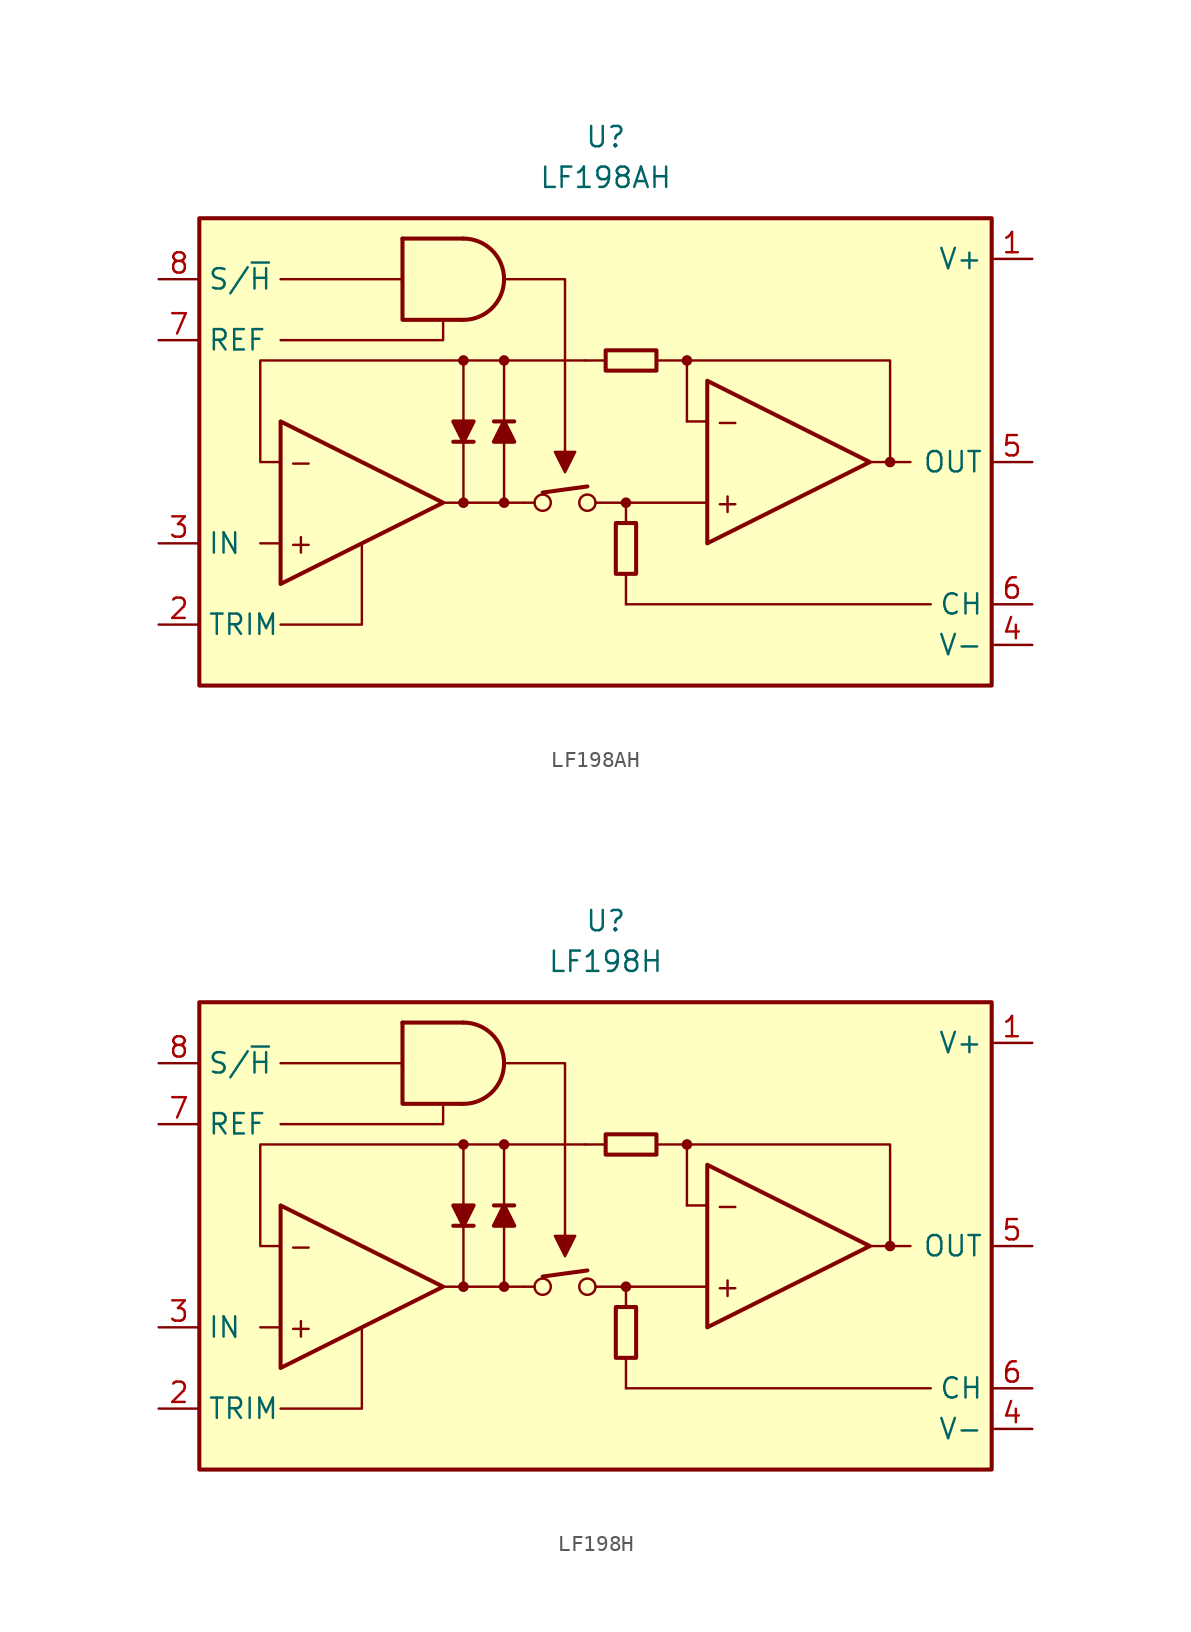
<source format=kicad_sym>
(kicad_symbol_lib
  (version 20211014)
  (generator kicad_symbol_editor)
  (symbol "LF198AH"
    (property "Reference" "U"
      (at 0 19.05 0)
      (effects (font (size 1.27 1.27))))
    (property "Value" "LF198AH"
      (at 0 16.51 0)
      (effects (font (size 1.27 1.27))))
    (symbol "LF198AH_0_0"
      (circle (center -8.89 -3.81) (radius 0.254) (stroke (width 0.152) (type default) (color 0 0 0 0)) (fill (type outline)))
      (circle (center -8.89 5.08) (radius 0.254) (stroke (width 0.152) (type default) (color 0 0 0 0)) (fill (type outline)))
      (circle (center -6.35 -3.81) (radius 0.254) (stroke (width 0.152) (type default) (color 0 0 0 0)) (fill (type outline)))
      (circle (center -6.35 5.08) (radius 0.254) (stroke (width 0.152) (type default) (color 0 0 0 0)) (fill (type outline)))
      (circle (center -3.937 -3.81) (radius 0.508) (stroke (width 0) (type default) (color 0 0 0 0)) (fill (type none)))
      (circle (center -1.143 -3.81) (radius 0.508) (stroke (width 0) (type default) (color 0 0 0 0)) (fill (type none)))
      (polyline (pts (xy -20.32 -6.35) (xy -21.59 -6.35)) (stroke (width 0.152) (type default) (color 0 0 0 0)) (fill (type none)))
      (polyline (pts (xy -12.7 10.16) (xy -20.32 10.16)) (stroke (width 0.152) (type default) (color 0 0 0 0)) (fill (type none)))
      (polyline (pts (xy -5.08 -3.81) (xy -4.445 -3.81)) (stroke (width 0.152) (type default) (color 0 0 0 0)) (fill (type none)))
      (polyline (pts (xy -3.937 -3.175) (xy -1.143 -2.794)) (stroke (width 0.254) (type default) (color 0 0 0 0)) (fill (type none)))
      (polyline (pts (xy 0 5.08) (xy -1.27 5.08)) (stroke (width 0.152) (type default) (color 0 0 0 0)) (fill (type none)))
      (polyline (pts (xy 1.27 -8.255) (xy 1.27 -10.16)) (stroke (width 0.152) (type default) (color 0 0 0 0)) (fill (type none)))
      (polyline (pts (xy 16.51 -1.27) (xy 17.78 -1.27)) (stroke (width 0.152) (type default) (color 0 0 0 0)) (fill (type none)))
      (polyline (pts (xy 17.78 -1.27) (xy 19.05 -1.27)) (stroke (width 0.152) (type default) (color 0 0 0 0)) (fill (type none)))
      (polyline (pts (xy -20.32 -11.43) (xy -15.24 -11.43) (xy -15.24 -6.35)) (stroke (width 0.152) (type default) (color 0 0 0 0)) (fill (type none)))
      (polyline (pts (xy -10.16 7.62) (xy -10.16 6.35) (xy -20.32 6.35)) (stroke (width 0.152) (type default) (color 0 0 0 0)) (fill (type none)))
      (polyline (pts (xy -6.35 10.16) (xy -2.54 10.16) (xy -2.54 -1.27)) (stroke (width 0.152) (type default) (color 0 0 0 0)) (fill (type none)))
      (polyline (pts (xy -2.54 -1.905) (xy -3.175 -0.635) (xy -1.905 -0.635) (xy -2.54 -1.905)) (stroke (width 0.152) (type default) (color 0 0 0 0)) (fill (type outline)))
      (circle (center 1.27 -3.81) (radius 0.254) (stroke (width 0.152) (type default) (color 0 0 0 0)) (fill (type outline)))
      (circle (center 5.08 5.08) (radius 0.254) (stroke (width 0.152) (type default) (color 0 0 0 0)) (fill (type outline)))
      (circle (center 17.78 -1.27) (radius 0.254) (stroke (width 0.152) (type default) (color 0 0 0 0)) (fill (type outline)))
      (text "+" (at -19.05 -6.35 0) (effects (font (size 1.27 1.27))))
      (text "+" (at 7.62 -3.81 0) (effects (font (size 1.27 1.27))))
      (text "-" (at -19.05 -1.27 0) (effects (font (size 1.27 1.27))))
      (text "-" (at 7.62 1.27 0) (effects (font (size 1.27 1.27)))))
    (symbol "LF198AH_0_1"
      (rectangle (start -25.4 13.97) (end 24.13 -15.24) (stroke (width 0.254) (type default) (color 0 0 0 0)) (fill (type background)))
      (arc (start -8.89 7.62) (mid -6.35 10.16) (end -8.89 12.7) (stroke (width 0.254) (type default) (color 0 0 0 0)) (fill (type none)))
      (polyline (pts (xy -12.7 12.7) (xy -8.89 12.7)) (stroke (width 0.254) (type default) (color 0 0 0 0)) (fill (type none)))
      (polyline (pts (xy -9.525 0) (xy -8.255 0)) (stroke (width 0.254) (type default) (color 0 0 0 0)) (fill (type none)))
      (polyline (pts (xy -8.89 0) (xy -8.89 -3.81)) (stroke (width 0.152) (type default) (color 0 0 0 0)) (fill (type none)))
      (polyline (pts (xy -8.89 1.27) (xy -8.89 5.08)) (stroke (width 0.152) (type default) (color 0 0 0 0)) (fill (type none)))
      (polyline (pts (xy -6.35 0) (xy -6.35 -3.81)) (stroke (width 0.152) (type default) (color 0 0 0 0)) (fill (type none)))
      (polyline (pts (xy -6.35 1.27) (xy -6.35 5.08)) (stroke (width 0.152) (type default) (color 0 0 0 0)) (fill (type none)))
      (polyline (pts (xy -5.715 1.27) (xy -6.985 1.27)) (stroke (width 0.254) (type default) (color 0 0 0 0)) (fill (type none)))
      (polyline (pts (xy -5.08 -3.81) (xy -10.16 -3.81)) (stroke (width 0.152) (type default) (color 0 0 0 0)) (fill (type none)))
      (polyline (pts (xy 1.27 -10.16) (xy 20.32 -10.16)) (stroke (width 0.152) (type default) (color 0 0 0 0)) (fill (type none)))
      (polyline (pts (xy 1.27 -5.08) (xy 1.27 -3.81)) (stroke (width 0.152) (type default) (color 0 0 0 0)) (fill (type none)))
      (polyline (pts (xy 5.08 1.27) (xy 5.08 5.08)) (stroke (width 0.152) (type default) (color 0 0 0 0)) (fill (type none)))
      (polyline (pts (xy 6.35 -3.81) (xy -0.635 -3.81)) (stroke (width 0.152) (type default) (color 0 0 0 0)) (fill (type none)))
      (polyline (pts (xy 6.35 1.27) (xy 5.08 1.27)) (stroke (width 0.152) (type default) (color 0 0 0 0)) (fill (type none)))
      (polyline (pts (xy -12.7 12.7) (xy -12.7 7.62) (xy -8.89 7.62)) (stroke (width 0.254) (type default) (color 0 0 0 0)) (fill (type none)))
      (polyline (pts (xy 3.175 5.08) (xy 17.78 5.08) (xy 17.78 -1.27)) (stroke (width 0.152) (type default) (color 0 0 0 0)) (fill (type none)))
      (polyline (pts (xy -20.32 1.27) (xy -20.32 -8.89) (xy -10.16 -3.81) (xy -20.32 1.27)) (stroke (width 0.254) (type default) (color 0 0 0 0)) (fill (type none)))
      (polyline (pts (xy -8.89 0) (xy -9.525 1.27) (xy -8.255 1.27) (xy -8.89 0)) (stroke (width 0.254) (type default) (color 0 0 0 0)) (fill (type outline)))
      (polyline (pts (xy -6.35 1.27) (xy -5.715 0) (xy -6.985 0) (xy -6.35 1.27)) (stroke (width 0.254) (type default) (color 0 0 0 0)) (fill (type outline)))
      (polyline (pts (xy -1.27 5.08) (xy -21.59 5.08) (xy -21.59 -1.27) (xy -20.32 -1.27)) (stroke (width 0.152) (type default) (color 0 0 0 0)) (fill (type none)))
      (polyline (pts (xy 6.35 3.81) (xy 6.35 -6.35) (xy 16.51 -1.27) (xy 6.35 3.81)) (stroke (width 0.254) (type default) (color 0 0 0 0)) (fill (type none)))
      (rectangle (start 0 4.445) (end 3.175 5.715) (stroke (width 0.254) (type default) (color 0 0 0 0)) (fill (type none)))
      (rectangle (start 0.635 -5.08) (end 1.905 -8.255) (stroke (width 0.254) (type default) (color 0 0 0 0)) (fill (type none))))
    (symbol "LF198AH_1_1"
      (pin power_in line (at 26.67 11.43 180) (length 2.54) (name "V+" (effects (font (size 1.27 1.27)))) (number "1" (effects (font (size 1.27 1.27)))))
      (pin passive line (at -27.94 -11.43 0) (length 2.54) (name "TRIM" (effects (font (size 1.27 1.27)))) (number "2" (effects (font (size 1.27 1.27)))))
      (pin input line (at -27.94 -6.35 0) (length 2.54) (name "IN" (effects (font (size 1.27 1.27)))) (number "3" (effects (font (size 1.27 1.27)))))
      (pin power_in line (at 26.67 -12.7 180) (length 2.54) (name "V-" (effects (font (size 1.27 1.27)))) (number "4" (effects (font (size 1.27 1.27)))))
      (pin output line (at 26.67 -1.27 180) (length 2.54) (name "OUT" (effects (font (size 1.27 1.27)))) (number "5" (effects (font (size 1.27 1.27)))))
      (pin passive line (at 26.67 -10.16 180) (length 2.54) (name "CH" (effects (font (size 1.27 1.27)))) (number "6" (effects (font (size 1.27 1.27)))))
      (pin input line (at -27.94 6.35 0) (length 2.54) (name "REF" (effects (font (size 1.27 1.27)))) (number "7" (effects (font (size 1.27 1.27)))))
      (pin input line (at -27.94 10.16 0) (length 2.54) (name "S/~{H}" (effects (font (size 1.27 1.27)))) (number "8" (effects (font (size 1.27 1.27)))))))
  (symbol "LF198H"
    (property "Reference" "U"
      (at 0 19.05 0)
      (effects (font (size 1.27 1.27))))
    (property "Value" "LF198H"
      (at 0 16.51 0)
      (effects (font (size 1.27 1.27))))
    (symbol "LF198H_0_0"
      (circle (center -8.89 -3.81) (radius 0.254) (stroke (width 0.152) (type default) (color 0 0 0 0)) (fill (type outline)))
      (circle (center -8.89 5.08) (radius 0.254) (stroke (width 0.152) (type default) (color 0 0 0 0)) (fill (type outline)))
      (circle (center -6.35 -3.81) (radius 0.254) (stroke (width 0.152) (type default) (color 0 0 0 0)) (fill (type outline)))
      (circle (center -6.35 5.08) (radius 0.254) (stroke (width 0.152) (type default) (color 0 0 0 0)) (fill (type outline)))
      (circle (center -3.937 -3.81) (radius 0.508) (stroke (width 0) (type default) (color 0 0 0 0)) (fill (type none)))
      (circle (center -1.143 -3.81) (radius 0.508) (stroke (width 0) (type default) (color 0 0 0 0)) (fill (type none)))
      (polyline (pts (xy -20.32 -6.35) (xy -21.59 -6.35)) (stroke (width 0.152) (type default) (color 0 0 0 0)) (fill (type none)))
      (polyline (pts (xy -12.7 10.16) (xy -20.32 10.16)) (stroke (width 0.152) (type default) (color 0 0 0 0)) (fill (type none)))
      (polyline (pts (xy -5.08 -3.81) (xy -4.445 -3.81)) (stroke (width 0.152) (type default) (color 0 0 0 0)) (fill (type none)))
      (polyline (pts (xy -3.937 -3.175) (xy -1.143 -2.794)) (stroke (width 0.254) (type default) (color 0 0 0 0)) (fill (type none)))
      (polyline (pts (xy 0 5.08) (xy -1.27 5.08)) (stroke (width 0.152) (type default) (color 0 0 0 0)) (fill (type none)))
      (polyline (pts (xy 1.27 -8.255) (xy 1.27 -10.16)) (stroke (width 0.152) (type default) (color 0 0 0 0)) (fill (type none)))
      (polyline (pts (xy 16.51 -1.27) (xy 17.78 -1.27)) (stroke (width 0.152) (type default) (color 0 0 0 0)) (fill (type none)))
      (polyline (pts (xy 17.78 -1.27) (xy 19.05 -1.27)) (stroke (width 0.152) (type default) (color 0 0 0 0)) (fill (type none)))
      (polyline (pts (xy -20.32 -11.43) (xy -15.24 -11.43) (xy -15.24 -6.35)) (stroke (width 0.152) (type default) (color 0 0 0 0)) (fill (type none)))
      (polyline (pts (xy -10.16 7.62) (xy -10.16 6.35) (xy -20.32 6.35)) (stroke (width 0.152) (type default) (color 0 0 0 0)) (fill (type none)))
      (polyline (pts (xy -6.35 10.16) (xy -2.54 10.16) (xy -2.54 -1.27)) (stroke (width 0.152) (type default) (color 0 0 0 0)) (fill (type none)))
      (polyline (pts (xy -2.54 -1.905) (xy -3.175 -0.635) (xy -1.905 -0.635) (xy -2.54 -1.905)) (stroke (width 0.152) (type default) (color 0 0 0 0)) (fill (type outline)))
      (circle (center 1.27 -3.81) (radius 0.254) (stroke (width 0.152) (type default) (color 0 0 0 0)) (fill (type outline)))
      (circle (center 5.08 5.08) (radius 0.254) (stroke (width 0.152) (type default) (color 0 0 0 0)) (fill (type outline)))
      (circle (center 17.78 -1.27) (radius 0.254) (stroke (width 0.152) (type default) (color 0 0 0 0)) (fill (type outline)))
      (text "+" (at -19.05 -6.35 0) (effects (font (size 1.27 1.27))))
      (text "+" (at 7.62 -3.81 0) (effects (font (size 1.27 1.27))))
      (text "-" (at -19.05 -1.27 0) (effects (font (size 1.27 1.27))))
      (text "-" (at 7.62 1.27 0) (effects (font (size 1.27 1.27)))))
    (symbol "LF198H_0_1"
      (rectangle (start -25.4 13.97) (end 24.13 -15.24) (stroke (width 0.254) (type default) (color 0 0 0 0)) (fill (type background)))
      (arc (start -8.89 7.62) (mid -6.35 10.16) (end -8.89 12.7) (stroke (width 0.254) (type default) (color 0 0 0 0)) (fill (type none)))
      (polyline (pts (xy -12.7 12.7) (xy -8.89 12.7)) (stroke (width 0.254) (type default) (color 0 0 0 0)) (fill (type none)))
      (polyline (pts (xy -9.525 0) (xy -8.255 0)) (stroke (width 0.254) (type default) (color 0 0 0 0)) (fill (type none)))
      (polyline (pts (xy -8.89 0) (xy -8.89 -3.81)) (stroke (width 0.152) (type default) (color 0 0 0 0)) (fill (type none)))
      (polyline (pts (xy -8.89 1.27) (xy -8.89 5.08)) (stroke (width 0.152) (type default) (color 0 0 0 0)) (fill (type none)))
      (polyline (pts (xy -6.35 0) (xy -6.35 -3.81)) (stroke (width 0.152) (type default) (color 0 0 0 0)) (fill (type none)))
      (polyline (pts (xy -6.35 1.27) (xy -6.35 5.08)) (stroke (width 0.152) (type default) (color 0 0 0 0)) (fill (type none)))
      (polyline (pts (xy -5.715 1.27) (xy -6.985 1.27)) (stroke (width 0.254) (type default) (color 0 0 0 0)) (fill (type none)))
      (polyline (pts (xy -5.08 -3.81) (xy -10.16 -3.81)) (stroke (width 0.152) (type default) (color 0 0 0 0)) (fill (type none)))
      (polyline (pts (xy 1.27 -10.16) (xy 20.32 -10.16)) (stroke (width 0.152) (type default) (color 0 0 0 0)) (fill (type none)))
      (polyline (pts (xy 1.27 -5.08) (xy 1.27 -3.81)) (stroke (width 0.152) (type default) (color 0 0 0 0)) (fill (type none)))
      (polyline (pts (xy 5.08 1.27) (xy 5.08 5.08)) (stroke (width 0.152) (type default) (color 0 0 0 0)) (fill (type none)))
      (polyline (pts (xy 6.35 -3.81) (xy -0.635 -3.81)) (stroke (width 0.152) (type default) (color 0 0 0 0)) (fill (type none)))
      (polyline (pts (xy 6.35 1.27) (xy 5.08 1.27)) (stroke (width 0.152) (type default) (color 0 0 0 0)) (fill (type none)))
      (polyline (pts (xy -12.7 12.7) (xy -12.7 7.62) (xy -8.89 7.62)) (stroke (width 0.254) (type default) (color 0 0 0 0)) (fill (type none)))
      (polyline (pts (xy 3.175 5.08) (xy 17.78 5.08) (xy 17.78 -1.27)) (stroke (width 0.152) (type default) (color 0 0 0 0)) (fill (type none)))
      (polyline (pts (xy -20.32 1.27) (xy -20.32 -8.89) (xy -10.16 -3.81) (xy -20.32 1.27)) (stroke (width 0.254) (type default) (color 0 0 0 0)) (fill (type none)))
      (polyline (pts (xy -8.89 0) (xy -9.525 1.27) (xy -8.255 1.27) (xy -8.89 0)) (stroke (width 0.254) (type default) (color 0 0 0 0)) (fill (type outline)))
      (polyline (pts (xy -6.35 1.27) (xy -5.715 0) (xy -6.985 0) (xy -6.35 1.27)) (stroke (width 0.254) (type default) (color 0 0 0 0)) (fill (type outline)))
      (polyline (pts (xy -1.27 5.08) (xy -21.59 5.08) (xy -21.59 -1.27) (xy -20.32 -1.27)) (stroke (width 0.152) (type default) (color 0 0 0 0)) (fill (type none)))
      (polyline (pts (xy 6.35 3.81) (xy 6.35 -6.35) (xy 16.51 -1.27) (xy 6.35 3.81)) (stroke (width 0.254) (type default) (color 0 0 0 0)) (fill (type none)))
      (rectangle (start 0 4.445) (end 3.175 5.715) (stroke (width 0.254) (type default) (color 0 0 0 0)) (fill (type none)))
      (rectangle (start 0.635 -5.08) (end 1.905 -8.255) (stroke (width 0.254) (type default) (color 0 0 0 0)) (fill (type none))))
    (symbol "LF198H_1_1"
      (pin power_in line (at 26.67 11.43 180) (length 2.54) (name "V+" (effects (font (size 1.27 1.27)))) (number "1" (effects (font (size 1.27 1.27)))))
      (pin passive line (at -27.94 -11.43 0) (length 2.54) (name "TRIM" (effects (font (size 1.27 1.27)))) (number "2" (effects (font (size 1.27 1.27)))))
      (pin input line (at -27.94 -6.35 0) (length 2.54) (name "IN" (effects (font (size 1.27 1.27)))) (number "3" (effects (font (size 1.27 1.27)))))
      (pin power_in line (at 26.67 -12.7 180) (length 2.54) (name "V-" (effects (font (size 1.27 1.27)))) (number "4" (effects (font (size 1.27 1.27)))))
      (pin output line (at 26.67 -1.27 180) (length 2.54) (name "OUT" (effects (font (size 1.27 1.27)))) (number "5" (effects (font (size 1.27 1.27)))))
      (pin passive line (at 26.67 -10.16 180) (length 2.54) (name "CH" (effects (font (size 1.27 1.27)))) (number "6" (effects (font (size 1.27 1.27)))))
      (pin input line (at -27.94 6.35 0) (length 2.54) (name "REF" (effects (font (size 1.27 1.27)))) (number "7" (effects (font (size 1.27 1.27)))))
      (pin input line (at -27.94 10.16 0) (length 2.54) (name "S/~{H}" (effects (font (size 1.27 1.27)))) (number "8" (effects (font (size 1.27 1.27))))))))
</source>
